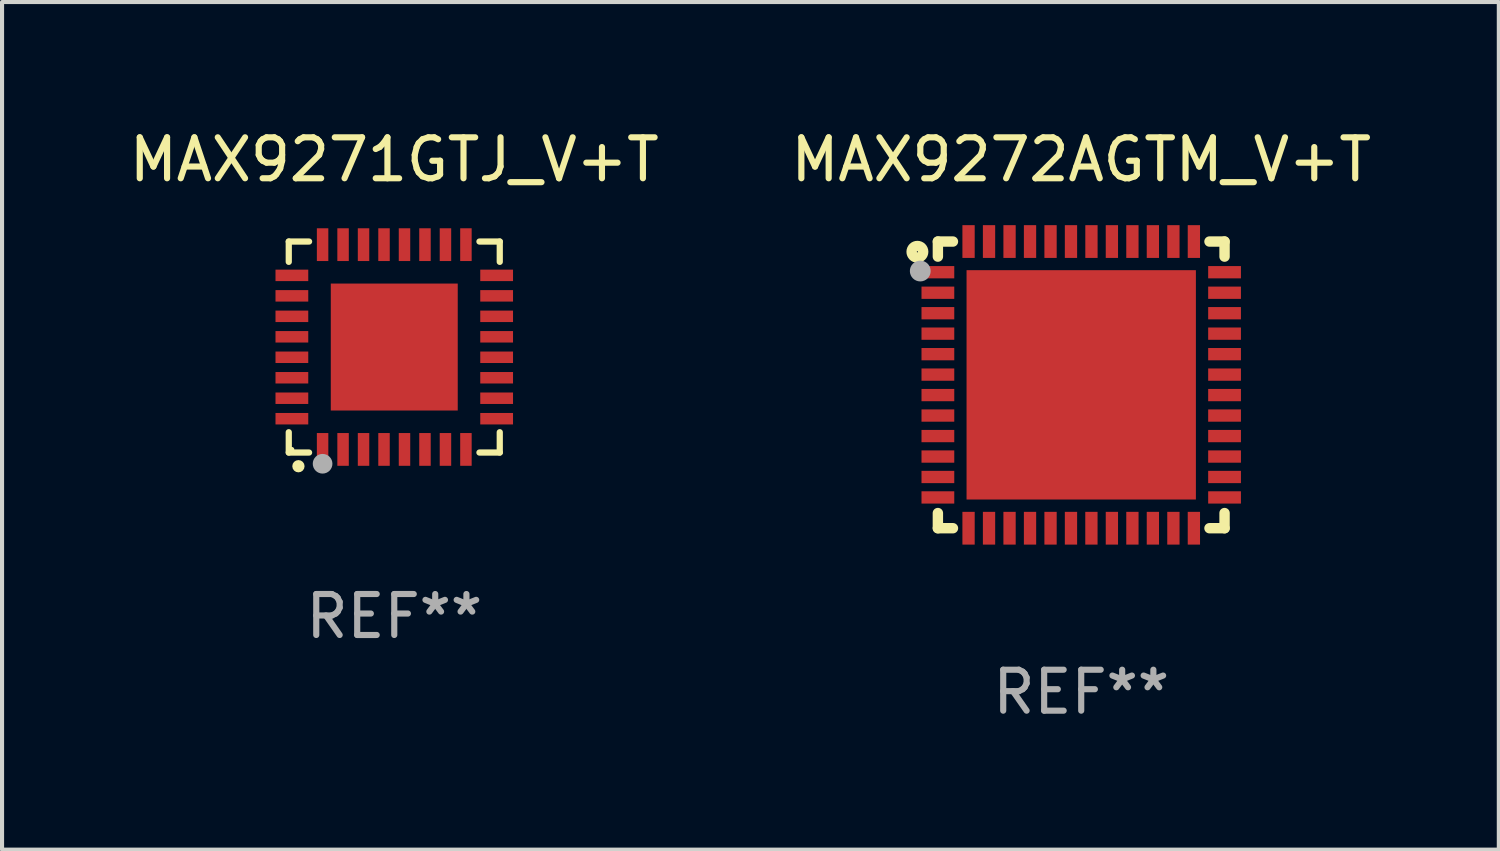
<source format=kicad_pcb>
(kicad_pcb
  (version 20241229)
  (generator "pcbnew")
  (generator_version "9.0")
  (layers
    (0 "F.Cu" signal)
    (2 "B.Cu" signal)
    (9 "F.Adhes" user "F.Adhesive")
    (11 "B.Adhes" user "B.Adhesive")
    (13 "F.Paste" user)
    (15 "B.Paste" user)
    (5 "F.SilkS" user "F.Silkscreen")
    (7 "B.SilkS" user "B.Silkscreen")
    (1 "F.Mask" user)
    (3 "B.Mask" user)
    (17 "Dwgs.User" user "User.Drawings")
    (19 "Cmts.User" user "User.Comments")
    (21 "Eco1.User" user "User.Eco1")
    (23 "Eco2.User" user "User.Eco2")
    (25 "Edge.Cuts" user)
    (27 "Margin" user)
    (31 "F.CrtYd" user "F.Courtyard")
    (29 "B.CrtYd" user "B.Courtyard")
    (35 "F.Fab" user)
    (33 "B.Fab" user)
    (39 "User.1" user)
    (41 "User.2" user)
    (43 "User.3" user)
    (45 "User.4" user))
  (footprint "MAX9272AGTM_V+T"
    (layer "F.Cu")
    (at 23.351 6.348)
    (property "Reference" "MAX9272AGTM_V+T" (at 0 -5.5 0) (layer "F.SilkS") (effects (font (size 1 1) (thickness 0.15))))
    (attr through_hole)
    (fp_line (start -3.5 -3.5) (end -3.132 -3.5) (stroke (width 0.254) (type solid)) (layer "F.SilkS"))
    (fp_line (start -3.5 -3.132) (end -3.5 -3.5) (stroke (width 0.254) (type solid)) (layer "F.SilkS"))
    (fp_line (start -3.5 3.5) (end -3.5 3.13) (stroke (width 0.254) (type solid)) (layer "F.SilkS"))
    (fp_line (start -3.132 3.5) (end -3.5 3.5) (stroke (width 0.254) (type solid)) (layer "F.SilkS"))
    (fp_line (start 3.132 -3.5) (end 3.5 -3.5) (stroke (width 0.254) (type solid)) (layer "F.SilkS"))
    (fp_line (start 3.5 -3.5) (end 3.5 -3.132) (stroke (width 0.254) (type solid)) (layer "F.SilkS"))
    (fp_line (start 3.5 3.13) (end 3.5 3.5) (stroke (width 0.254) (type solid)) (layer "F.SilkS"))
    (fp_line (start 3.5 3.5) (end 3.132 3.5) (stroke (width 0.254) (type solid)) (layer "F.SilkS"))
    (fp_circle (center -4 -3.25) (end -3.859 -3.25) (stroke (width 0.254) (type solid)) (fill no) (layer "F.SilkS"))
    (fp_circle (center -3.5 -3.501) (end -3.47 -3.501) (stroke (width 0.06) (type solid)) (fill no) (layer "F.SilkS"))
    (fp_circle (center -3.93 -2.78) (end -3.803 -2.78) (stroke (width 0.254) (type solid)) (fill no) (layer "F.Fab"))
    (fp_text user "REF**" (at 0 7.5 0) (layer "F.Fab") (effects (font (size 1 1) (thickness 0.15))))
    (pad "1" smd rect (at -3.5 -2.751 270) (size 0.3 0.8) (layers "F.Cu" "F.Mask" "F.Paste"))
    (pad "2" smd rect (at -3.5 -2.25 270) (size 0.3 0.8) (layers "F.Cu" "F.Mask" "F.Paste"))
    (pad "3" smd rect (at -3.5 -1.75 270) (size 0.3 0.8) (layers "F.Cu" "F.Mask" "F.Paste"))
    (pad "4" smd rect (at -3.5 -1.251 270) (size 0.3 0.8) (layers "F.Cu" "F.Mask" "F.Paste"))
    (pad "5" smd rect (at -3.5 -0.75 270) (size 0.3 0.8) (layers "F.Cu" "F.Mask" "F.Paste"))
    (pad "6" smd rect (at -3.5 -0.251 270) (size 0.3 0.8) (layers "F.Cu" "F.Mask" "F.Paste"))
    (pad "7" smd rect (at -3.5 0.249 270) (size 0.3 0.8) (layers "F.Cu" "F.Mask" "F.Paste"))
    (pad "8" smd rect (at -3.5 0.749 270) (size 0.3 0.8) (layers "F.Cu" "F.Mask" "F.Paste"))
    (pad "9" smd rect (at -3.5 1.25 270) (size 0.3 0.8) (layers "F.Cu" "F.Mask" "F.Paste"))
    (pad "10" smd rect (at -3.5 1.75 270) (size 0.3 0.8) (layers "F.Cu" "F.Mask" "F.Paste"))
    (pad "11" smd rect (at -3.5 2.249 270) (size 0.3 0.8) (layers "F.Cu" "F.Mask" "F.Paste"))
    (pad "12" smd rect (at -3.5 2.748 270) (size 0.3 0.8) (layers "F.Cu" "F.Mask" "F.Paste"))
    (pad "13" smd rect (at -2.751 3.5 180) (size 0.3 0.8) (layers "F.Cu" "F.Mask" "F.Paste"))
    (pad "14" smd rect (at -2.251 3.5 180) (size 0.3 0.8) (layers "F.Cu" "F.Mask" "F.Paste"))
    (pad "15" smd rect (at -1.75 3.5 180) (size 0.3 0.8) (layers "F.Cu" "F.Mask" "F.Paste"))
    (pad "16" smd rect (at -1.25 3.5 180) (size 0.3 0.8) (layers "F.Cu" "F.Mask" "F.Paste"))
    (pad "17" smd rect (at -0.749 3.5 180) (size 0.3 0.8) (layers "F.Cu" "F.Mask" "F.Paste"))
    (pad "18" smd rect (at -0.25 3.5 180) (size 0.3 0.8) (layers "F.Cu" "F.Mask" "F.Paste"))
    (pad "19" smd rect (at 0.249 3.5 180) (size 0.3 0.8) (layers "F.Cu" "F.Mask" "F.Paste"))
    (pad "20" smd rect (at 0.749 3.5 180) (size 0.3 0.8) (layers "F.Cu" "F.Mask" "F.Paste"))
    (pad "21" smd rect (at 1.25 3.5 180) (size 0.3 0.8) (layers "F.Cu" "F.Mask" "F.Paste"))
    (pad "22" smd rect (at 1.75 3.5 180) (size 0.3 0.8) (layers "F.Cu" "F.Mask" "F.Paste"))
    (pad "23" smd rect (at 2.251 3.5 180) (size 0.3 0.8) (layers "F.Cu" "F.Mask" "F.Paste"))
    (pad "24" smd rect (at 2.751 3.5 180) (size 0.3 0.8) (layers "F.Cu" "F.Mask" "F.Paste"))
    (pad "25" smd rect (at 3.5 2.748 270) (size 0.3 0.8) (layers "F.Cu" "F.Mask" "F.Paste"))
    (pad "26" smd rect (at 3.5 2.249 270) (size 0.3 0.8) (layers "F.Cu" "F.Mask" "F.Paste"))
    (pad "27" smd rect (at 3.5 1.75 270) (size 0.3 0.8) (layers "F.Cu" "F.Mask" "F.Paste"))
    (pad "28" smd rect (at 3.5 1.25 270) (size 0.3 0.8) (layers "F.Cu" "F.Mask" "F.Paste"))
    (pad "29" smd rect (at 3.5 0.749 270) (size 0.3 0.8) (layers "F.Cu" "F.Mask" "F.Paste"))
    (pad "30" smd rect (at 3.5 0.249 270) (size 0.3 0.8) (layers "F.Cu" "F.Mask" "F.Paste"))
    (pad "31" smd rect (at 3.5 -0.251 270) (size 0.3 0.8) (layers "F.Cu" "F.Mask" "F.Paste"))
    (pad "32" smd rect (at 3.5 -0.75 270) (size 0.3 0.8) (layers "F.Cu" "F.Mask" "F.Paste"))
    (pad "33" smd rect (at 3.5 -1.251 270) (size 0.3 0.8) (layers "F.Cu" "F.Mask" "F.Paste"))
    (pad "34" smd rect (at 3.5 -1.75 270) (size 0.3 0.8) (layers "F.Cu" "F.Mask" "F.Paste"))
    (pad "35" smd rect (at 3.5 -2.25 270) (size 0.3 0.8) (layers "F.Cu" "F.Mask" "F.Paste"))
    (pad "36" smd rect (at 3.5 -2.751 270) (size 0.3 0.8) (layers "F.Cu" "F.Mask" "F.Paste"))
    (pad "37" smd rect (at 2.751 -3.5 180) (size 0.3 0.8) (layers "F.Cu" "F.Mask" "F.Paste"))
    (pad "38" smd rect (at 2.251 -3.5 180) (size 0.3 0.8) (layers "F.Cu" "F.Mask" "F.Paste"))
    (pad "39" smd rect (at 1.75 -3.5 180) (size 0.3 0.8) (layers "F.Cu" "F.Mask" "F.Paste"))
    (pad "40" smd rect (at 1.25 -3.5 180) (size 0.3 0.8) (layers "F.Cu" "F.Mask" "F.Paste"))
    (pad "41" smd rect (at 0.749 -3.5 180) (size 0.3 0.8) (layers "F.Cu" "F.Mask" "F.Paste"))
    (pad "42" smd rect (at 0.25 -3.5 180) (size 0.3 0.8) (layers "F.Cu" "F.Mask" "F.Paste"))
    (pad "43" smd rect (at -0.25 -3.5 180) (size 0.3 0.8) (layers "F.Cu" "F.Mask" "F.Paste"))
    (pad "44" smd rect (at -0.749 -3.5 180) (size 0.3 0.8) (layers "F.Cu" "F.Mask" "F.Paste"))
    (pad "45" smd rect (at -1.25 -3.5 180) (size 0.3 0.8) (layers "F.Cu" "F.Mask" "F.Paste"))
    (pad "46" smd rect (at -1.75 -3.5 180) (size 0.3 0.8) (layers "F.Cu" "F.Mask" "F.Paste"))
    (pad "47" smd rect (at -2.251 -3.5 180) (size 0.3 0.8) (layers "F.Cu" "F.Mask" "F.Paste"))
    (pad "48" smd rect (at -2.751 -3.5 180) (size 0.3 0.8) (layers "F.Cu" "F.Mask" "F.Paste"))
    (pad "49" smd rect (at 0.000127 -0.001 180) (size 5.6 5.6) (layers "F.Cu" "F.Mask" "F.Paste")))
  (footprint "MAX9271GTJ_V+T"
    (layer "F.Cu")
    (at 6.577 5.424)
    (property "Reference" "MAX9271GTJ_V+T" (at 0 -4.576 0) (layer "F.SilkS") (effects (font (size 1 1) (thickness 0.15))))
    (attr through_hole)
    (fp_line (start -2.576 -2.576) (end -2.08 -2.576) (stroke (width 0.152) (type solid)) (layer "F.SilkS"))
    (fp_line (start -2.576 -2.08) (end -2.576 -2.576) (stroke (width 0.152) (type solid)) (layer "F.SilkS"))
    (fp_line (start -2.576 2.08) (end -2.576 2.576) (stroke (width 0.152) (type solid)) (layer "F.SilkS"))
    (fp_line (start -2.576 2.576) (end -2.08 2.576) (stroke (width 0.152) (type solid)) (layer "F.SilkS"))
    (fp_line (start 2.576 -2.576) (end 2.08 -2.576) (stroke (width 0.152) (type solid)) (layer "F.SilkS"))
    (fp_line (start 2.576 -2.08) (end 2.576 -2.576) (stroke (width 0.152) (type solid)) (layer "F.SilkS"))
    (fp_line (start 2.576 2.08) (end 2.576 2.576) (stroke (width 0.152) (type solid)) (layer "F.SilkS"))
    (fp_line (start 2.576 2.576) (end 2.08 2.576) (stroke (width 0.152) (type solid)) (layer "F.SilkS"))
    (fp_circle (center -2.5 2.5) (end -2.47 2.5) (stroke (width 0.06) (type solid)) (fill no) (layer "F.SilkS"))
    (fp_circle (center -2.34 2.91) (end -2.265 2.91) (stroke (width 0.15) (type solid)) (fill no) (layer "F.SilkS"))
    (fp_circle (center -1.75 2.85) (end -1.63 2.85) (stroke (width 0.24) (type solid)) (fill no) (layer "F.Fab"))
    (fp_text user "REF**" (at 0 6.576 0) (layer "F.Fab") (effects (font (size 1 1) (thickness 0.15))))
    (pad "1" smd rect (at -1.75 2.5) (size 0.28 0.8) (layers "F.Cu" "F.Mask" "F.Paste"))
    (pad "2" smd rect (at -1.25 2.5) (size 0.28 0.8) (layers "F.Cu" "F.Mask" "F.Paste"))
    (pad "3" smd rect (at -0.75 2.5) (size 0.28 0.8) (layers "F.Cu" "F.Mask" "F.Paste"))
    (pad "4" smd rect (at -0.25 2.5) (size 0.28 0.8) (layers "F.Cu" "F.Mask" "F.Paste"))
    (pad "5" smd rect (at 0.25 2.5) (size 0.28 0.8) (layers "F.Cu" "F.Mask" "F.Paste"))
    (pad "6" smd rect (at 0.75 2.5) (size 0.28 0.8) (layers "F.Cu" "F.Mask" "F.Paste"))
    (pad "7" smd rect (at 1.25 2.5) (size 0.28 0.8) (layers "F.Cu" "F.Mask" "F.Paste"))
    (pad "8" smd rect (at 1.75 2.5) (size 0.28 0.8) (layers "F.Cu" "F.Mask" "F.Paste"))
    (pad "9" smd rect (at 2.5 1.75) (size 0.8 0.28) (layers "F.Cu" "F.Mask" "F.Paste"))
    (pad "10" smd rect (at 2.5 1.25) (size 0.8 0.28) (layers "F.Cu" "F.Mask" "F.Paste"))
    (pad "11" smd rect (at 2.5 0.75) (size 0.8 0.28) (layers "F.Cu" "F.Mask" "F.Paste"))
    (pad "12" smd rect (at 2.5 0.25) (size 0.8 0.28) (layers "F.Cu" "F.Mask" "F.Paste"))
    (pad "13" smd rect (at 2.5 -0.25) (size 0.8 0.28) (layers "F.Cu" "F.Mask" "F.Paste"))
    (pad "14" smd rect (at 2.5 -0.75) (size 0.8 0.28) (layers "F.Cu" "F.Mask" "F.Paste"))
    (pad "15" smd rect (at 2.5 -1.25) (size 0.8 0.28) (layers "F.Cu" "F.Mask" "F.Paste"))
    (pad "16" smd rect (at 2.5 -1.75) (size 0.8 0.28) (layers "F.Cu" "F.Mask" "F.Paste"))
    (pad "17" smd rect (at 1.75 -2.5) (size 0.28 0.8) (layers "F.Cu" "F.Mask" "F.Paste"))
    (pad "18" smd rect (at 1.25 -2.5) (size 0.28 0.8) (layers "F.Cu" "F.Mask" "F.Paste"))
    (pad "19" smd rect (at 0.75 -2.5) (size 0.28 0.8) (layers "F.Cu" "F.Mask" "F.Paste"))
    (pad "20" smd rect (at 0.25 -2.5) (size 0.28 0.8) (layers "F.Cu" "F.Mask" "F.Paste"))
    (pad "21" smd rect (at -0.25 -2.5) (size 0.28 0.8) (layers "F.Cu" "F.Mask" "F.Paste"))
    (pad "22" smd rect (at -0.75 -2.5) (size 0.28 0.8) (layers "F.Cu" "F.Mask" "F.Paste"))
    (pad "23" smd rect (at -1.25 -2.5) (size 0.28 0.8) (layers "F.Cu" "F.Mask" "F.Paste"))
    (pad "24" smd rect (at -1.75 -2.5) (size 0.28 0.8) (layers "F.Cu" "F.Mask" "F.Paste"))
    (pad "25" smd rect (at -2.5 -1.75) (size 0.8 0.28) (layers "F.Cu" "F.Mask" "F.Paste"))
    (pad "26" smd rect (at -2.5 -1.25) (size 0.8 0.28) (layers "F.Cu" "F.Mask" "F.Paste"))
    (pad "27" smd rect (at -2.5 -0.75) (size 0.8 0.28) (layers "F.Cu" "F.Mask" "F.Paste"))
    (pad "28" smd rect (at -2.5 -0.25) (size 0.8 0.28) (layers "F.Cu" "F.Mask" "F.Paste"))
    (pad "29" smd rect (at -2.5 0.25) (size 0.8 0.28) (layers "F.Cu" "F.Mask" "F.Paste"))
    (pad "30" smd rect (at -2.5 0.75) (size 0.8 0.28) (layers "F.Cu" "F.Mask" "F.Paste"))
    (pad "31" smd rect (at -2.5 1.25) (size 0.8 0.28) (layers "F.Cu" "F.Mask" "F.Paste"))
    (pad "32" smd rect (at -2.5 1.75) (size 0.8 0.28) (layers "F.Cu" "F.Mask" "F.Paste"))
    (pad "33" smd rect (at 0 0) (size 3.1 3.1) (layers "F.Cu" "F.Mask" "F.Paste")))
  (gr_rect
    (start -3 -3)
    (end 33.548 17.697)
    (stroke (width 0.1) (type default))
    (fill no)
    (layer "Edge.Cuts")))
</source>
